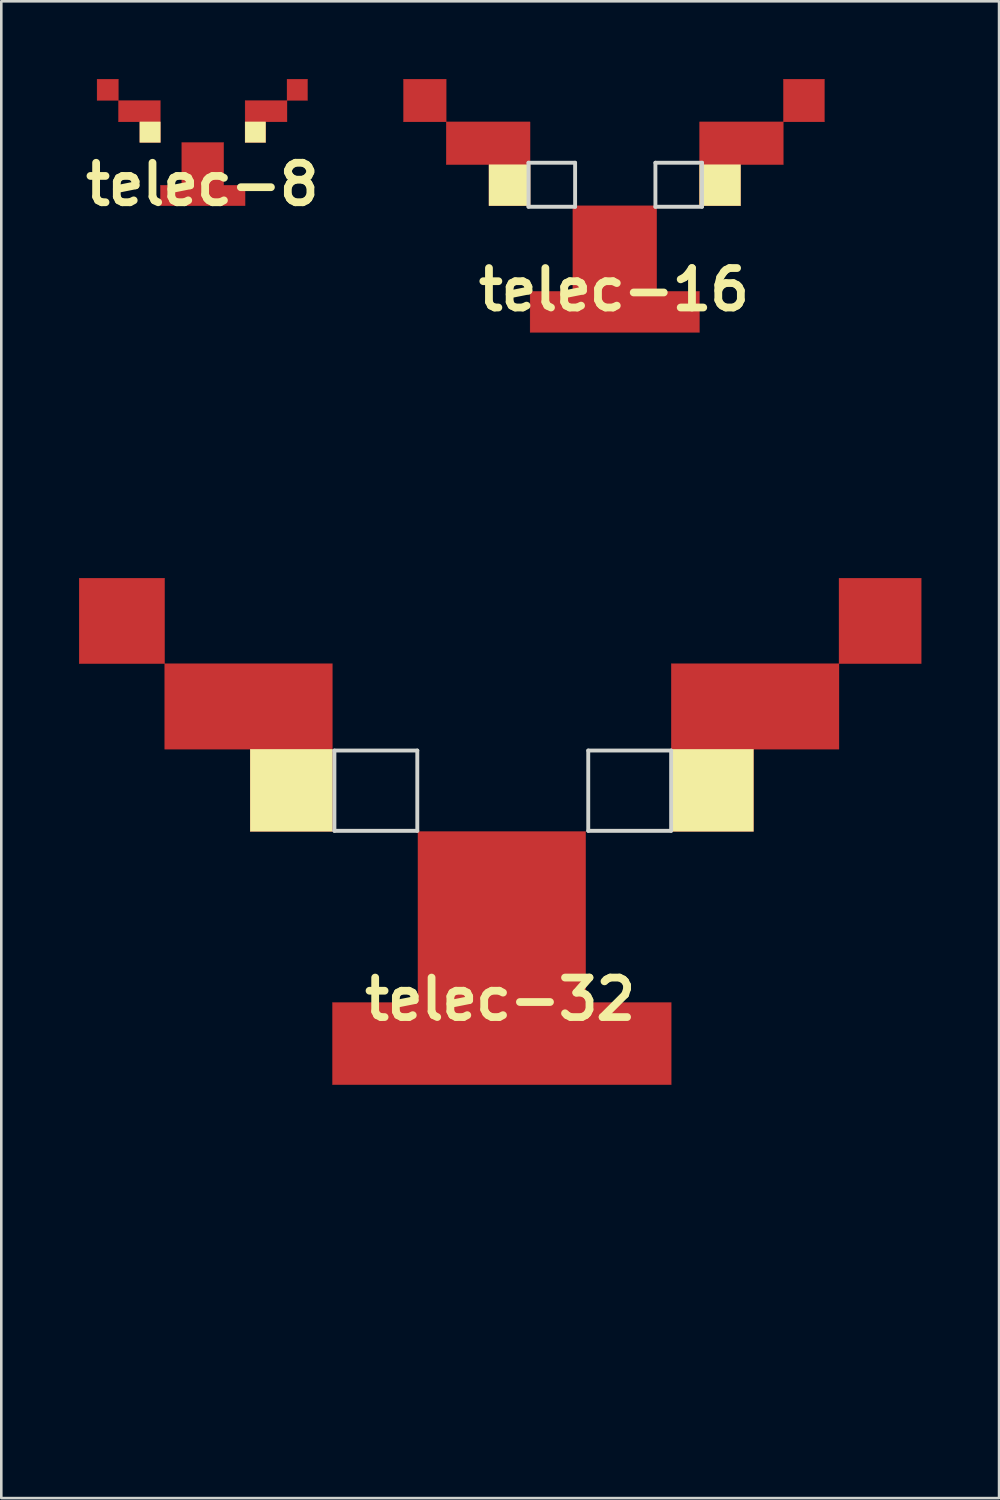
<source format=kicad_pcb>
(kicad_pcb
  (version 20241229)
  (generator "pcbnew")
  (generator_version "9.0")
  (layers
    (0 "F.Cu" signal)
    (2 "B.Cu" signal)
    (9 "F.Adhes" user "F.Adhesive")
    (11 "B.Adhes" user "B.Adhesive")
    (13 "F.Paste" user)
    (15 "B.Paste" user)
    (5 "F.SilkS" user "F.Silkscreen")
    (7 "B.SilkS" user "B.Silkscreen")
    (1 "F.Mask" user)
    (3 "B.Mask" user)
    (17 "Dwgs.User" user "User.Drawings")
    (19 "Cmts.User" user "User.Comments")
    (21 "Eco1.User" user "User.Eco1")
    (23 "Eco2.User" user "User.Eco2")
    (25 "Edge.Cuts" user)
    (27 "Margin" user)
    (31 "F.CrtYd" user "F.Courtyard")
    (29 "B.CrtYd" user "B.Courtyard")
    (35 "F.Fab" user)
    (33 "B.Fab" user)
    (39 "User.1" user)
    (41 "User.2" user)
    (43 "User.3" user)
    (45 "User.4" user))
  (footprint "telec-16"
    (layer "F.Cu")
    (at 20.654 8.133)
    (property "Reference" "telec-16" (at 0 0 0) (layer "F.SilkS") (effects (font (size 1.524 1.524) (thickness 0.3))))
    (attr through_hole)
    (fp_poly (pts (xy -8.128 -6.477) (xy -8.128 -8.128) (xy -6.477 -8.128) (xy -6.477 -6.477) (xy -8.128 -6.477)) (stroke (width 0.01) (type solid)) (fill yes) (layer "F.Cu"))
    (fp_poly (pts (xy 6.54 -8.128) (xy 8.128 -8.128) (xy 8.128 -6.477) (xy 6.54 -6.477) (xy 6.54 -8.128)) (stroke (width 0.01) (type solid)) (fill yes) (layer "F.Cu"))
    (fp_poly (pts (xy -3.239 -6.477) (xy -3.239 -3.239) (xy -4.826 -3.239) (xy -4.826 -4.826) (xy -6.477 -4.826) (xy -6.477 -6.477) (xy -3.239 -6.477)) (stroke (width 0.01) (type solid)) (fill yes) (layer "F.Cu"))
    (fp_poly (pts (xy 6.54 -4.826) (xy 4.889 -4.826) (xy 4.889 -3.239) (xy 3.302 -3.239) (xy 3.302 -6.477) (xy 6.54 -6.477) (xy 6.54 -4.826)) (stroke (width 0.01) (type solid)) (fill yes) (layer "F.Cu"))
    (fp_poly (pts (xy 1.651 0.064) (xy 3.302 0.064) (xy 3.302 1.651) (xy -3.239 1.651) (xy -3.239 0.064) (xy -1.587 0.064) (xy -1.587 -3.239) (xy 1.651 -3.239) (xy 1.651 0.064)) (stroke (width 0.01) (type solid)) (fill yes) (layer "F.Cu"))
    (fp_poly (pts (xy 8.128 8.128) (xy -8.128 8.128) (xy -8.128 4.889) (xy -6.477 4.889) (xy -6.477 6.54) (xy -4.826 6.54) (xy -4.826 4.889) (xy -6.477 4.889) (xy -8.128 4.889) (xy -8.128 3.302) (xy -4.826 3.302) (xy -4.826 4.889) (xy 4.889 4.889) (xy 4.889 6.54) (xy 6.54 6.54) (xy 6.54 4.889) (xy 4.889 4.889) (xy 4.889 3.302) (xy -4.826 3.302) (xy -8.128 3.302) (xy -8.128 0.064) (xy -3.239 0.064) (xy -3.239 1.651) (xy 3.302 1.651) (xy 3.302 0.064) (xy 1.651 0.064) (xy 1.651 -3.239) (xy -1.587 -3.239) (xy -1.587 0.064) (xy -3.239 0.064) (xy -8.128 0.064) (xy -8.128 -4.826) (xy -4.826 -4.826) (xy -4.826 -3.239) (xy -1.587 -3.239) (xy -1.587 -4.826) (xy 1.651 -4.826) (xy 1.651 -3.239) (xy 4.889 -3.239) (xy 4.889 -4.826) (xy 1.651 -4.826) (xy -1.587 -4.826) (xy -4.826 -4.826) (xy -8.128 -4.826) (xy -8.128 -8.128) (xy 8.128 -8.128) (xy 8.128 8.128)) (stroke (width 0.01) (type solid)) (fill yes) (layer "F.Mask"))
    (fp_poly (pts (xy -3.239 -3.239) (xy -4.826 -3.239) (xy -4.826 -4.826) (xy -3.239 -4.826) (xy -3.239 -3.239)) (stroke (width 0.01) (type solid)) (fill yes) (layer "F.SilkS"))
    (fp_poly (pts (xy 4.889 -3.239) (xy 3.302 -3.239) (xy 3.302 -4.826) (xy 4.889 -4.826) (xy 4.889 -3.239)) (stroke (width 0.01) (type solid)) (fill yes) (layer "F.SilkS"))
    (fp_line (start -3.3 -4.9) (end -3.3 -3.2) (stroke (width 0.15) (type solid)) (layer "Edge.Cuts"))
    (fp_line (start -3.3 -4.9) (end -1.5 -4.9) (stroke (width 0.15) (type solid)) (layer "Edge.Cuts"))
    (fp_line (start -3.3 -3.2) (end -1.5 -3.2) (stroke (width 0.15) (type solid)) (layer "Edge.Cuts"))
    (fp_line (start -1.5 -4.9) (end -1.5 -3.2) (stroke (width 0.15) (type solid)) (layer "Edge.Cuts"))
    (fp_line (start 1.6 -4.9) (end 1.6 -3.2) (stroke (width 0.15) (type solid)) (layer "Edge.Cuts"))
    (fp_line (start 1.6 -4.9) (end 3.4 -4.9) (stroke (width 0.15) (type solid)) (layer "Edge.Cuts"))
    (fp_line (start 1.6 -3.2) (end 3.4 -3.2) (stroke (width 0.15) (type solid)) (layer "Edge.Cuts"))
    (fp_line (start 3.4 -4.9) (end 3.4 -3.2) (stroke (width 0.15) (type solid)) (layer "Edge.Cuts")))
  (footprint "telec-8"
    (layer "F.Cu")
    (at 4.761 4.069)
    (property "Reference" "telec-8" (at 0 0 0) (layer "F.SilkS") (effects (font (size 1.524 1.524) (thickness 0.3))))
    (attr through_hole)
    (fp_poly (pts (xy -4.064 -3.239) (xy -4.064 -4.064) (xy -3.239 -4.064) (xy -3.239 -3.239) (xy -4.064 -3.239)) (stroke (width 0.01) (type solid)) (fill yes) (layer "F.Cu"))
    (fp_poly (pts (xy 3.27 -4.064) (xy 4.064 -4.064) (xy 4.064 -3.239) (xy 3.27 -3.239) (xy 3.27 -4.064)) (stroke (width 0.01) (type solid)) (fill yes) (layer "F.Cu"))
    (fp_poly (pts (xy -1.619 -3.239) (xy -1.619 -1.619) (xy -2.413 -1.619) (xy -2.413 -2.413) (xy -3.239 -2.413) (xy -3.239 -3.239) (xy -1.619 -3.239)) (stroke (width 0.01) (type solid)) (fill yes) (layer "F.Cu"))
    (fp_poly (pts (xy 3.27 -2.413) (xy 2.445 -2.413) (xy 2.445 -1.619) (xy 1.651 -1.619) (xy 1.651 -3.239) (xy 3.27 -3.239) (xy 3.27 -2.413)) (stroke (width 0.01) (type solid)) (fill yes) (layer "F.Cu"))
    (fp_poly (pts (xy 0.826 0.032) (xy 1.651 0.032) (xy 1.651 0.826) (xy -1.619 0.826) (xy -1.619 0.032) (xy -0.794 0.032) (xy -0.794 -1.619) (xy 0.826 -1.619) (xy 0.826 0.032)) (stroke (width 0.01) (type solid)) (fill yes) (layer "F.Cu"))
    (fp_poly (pts (xy 4.064 4.064) (xy -4.064 4.064) (xy -4.064 2.445) (xy -3.239 2.445) (xy -3.239 3.27) (xy -2.413 3.27) (xy -2.413 2.445) (xy -3.239 2.445) (xy -4.064 2.445) (xy -4.064 1.651) (xy -2.413 1.651) (xy -2.413 2.445) (xy 2.445 2.445) (xy 2.445 3.27) (xy 3.27 3.27) (xy 3.27 2.445) (xy 2.445 2.445) (xy 2.445 1.651) (xy -2.413 1.651) (xy -4.064 1.651) (xy -4.064 0.032) (xy -1.619 0.032) (xy -1.619 0.826) (xy 1.651 0.826) (xy 1.651 0.032) (xy 0.826 0.032) (xy 0.826 -1.619) (xy -0.794 -1.619) (xy -0.794 0.032) (xy -1.619 0.032) (xy -4.064 0.032) (xy -4.064 -2.413) (xy -2.413 -2.413) (xy -2.413 -1.619) (xy -0.794 -1.619) (xy -0.794 -2.413) (xy 0.826 -2.413) (xy 0.826 -1.619) (xy 2.445 -1.619) (xy 2.445 -2.413) (xy 0.826 -2.413) (xy -0.794 -2.413) (xy -2.413 -2.413) (xy -4.064 -2.413) (xy -4.064 -4.064) (xy 4.064 -4.064) (xy 4.064 4.064)) (stroke (width 0.01) (type solid)) (fill yes) (layer "F.Mask"))
    (fp_poly (pts (xy -1.619 -1.619) (xy -2.413 -1.619) (xy -2.413 -2.413) (xy -1.619 -2.413) (xy -1.619 -1.619)) (stroke (width 0.01) (type solid)) (fill yes) (layer "F.SilkS"))
    (fp_poly (pts (xy 2.445 -1.619) (xy 1.651 -1.619) (xy 1.651 -2.413) (xy 2.445 -2.413) (xy 2.445 -1.619)) (stroke (width 0.01) (type solid)) (fill yes) (layer "F.SilkS")))
  (footprint "telec-32"
    (layer "F.Cu")
    (at 16.261 35.527)
    (property "Reference" "telec-32" (at 0 0 0) (layer "F.SilkS") (effects (font (size 1.524 1.524) (thickness 0.3))))
    (attr through_hole)
    (fp_poly (pts (xy -16.256 -12.954) (xy -16.256 -16.256) (xy -12.954 -16.256) (xy -12.954 -12.954) (xy -16.256 -12.954)) (stroke (width 0.01) (type solid)) (fill yes) (layer "F.Cu"))
    (fp_poly (pts (xy 13.081 -16.256) (xy 16.256 -16.256) (xy 16.256 -12.954) (xy 13.081 -12.954) (xy 13.081 -16.256)) (stroke (width 0.01) (type solid)) (fill yes) (layer "F.Cu"))
    (fp_poly (pts (xy -6.477 -12.954) (xy -6.477 -6.477) (xy -9.652 -6.477) (xy -9.652 -9.652) (xy -12.954 -9.652) (xy -12.954 -12.954) (xy -6.477 -12.954)) (stroke (width 0.01) (type solid)) (fill yes) (layer "F.Cu"))
    (fp_poly (pts (xy 13.081 -9.652) (xy 9.779 -9.652) (xy 9.779 -6.477) (xy 6.604 -6.477) (xy 6.604 -12.954) (xy 13.081 -12.954) (xy 13.081 -9.652)) (stroke (width 0.01) (type solid)) (fill yes) (layer "F.Cu"))
    (fp_poly (pts (xy 3.302 0.127) (xy 6.604 0.127) (xy 6.604 3.302) (xy -6.477 3.302) (xy -6.477 0.127) (xy -3.175 0.127) (xy -3.175 -6.477) (xy 3.302 -6.477) (xy 3.302 0.127)) (stroke (width 0.01) (type solid)) (fill yes) (layer "F.Cu"))
    (fp_poly (pts (xy 16.256 16.256) (xy -16.256 16.256) (xy -16.256 9.779) (xy -12.954 9.779) (xy -12.954 13.081) (xy -9.652 13.081) (xy -9.652 9.779) (xy -12.954 9.779) (xy -16.256 9.779) (xy -16.256 6.604) (xy -9.652 6.604) (xy -9.652 9.779) (xy 9.779 9.779) (xy 9.779 13.081) (xy 13.081 13.081) (xy 13.081 9.779) (xy 9.779 9.779) (xy 9.779 6.604) (xy -9.652 6.604) (xy -16.256 6.604) (xy -16.256 0.127) (xy -6.477 0.127) (xy -6.477 3.302) (xy 6.604 3.302) (xy 6.604 0.127) (xy 3.302 0.127) (xy 3.302 -6.477) (xy -3.175 -6.477) (xy -3.175 0.127) (xy -6.477 0.127) (xy -16.256 0.127) (xy -16.256 -9.652) (xy -9.652 -9.652) (xy -9.652 -6.477) (xy -3.175 -6.477) (xy -3.175 -9.652) (xy 3.302 -9.652) (xy 3.302 -6.477) (xy 9.779 -6.477) (xy 9.779 -9.652) (xy 3.302 -9.652) (xy -3.175 -9.652) (xy -9.652 -9.652) (xy -16.256 -9.652) (xy -16.256 -16.256) (xy 16.256 -16.256) (xy 16.256 16.256)) (stroke (width 0.01) (type solid)) (fill yes) (layer "F.Mask"))
    (fp_poly (pts (xy 16.256 16.256) (xy -16.256 16.256) (xy -16.256 -16.256) (xy 16.256 -16.256)) (stroke (width 0.01) (type solid)) (fill yes) (layer "B.Mask"))
    (fp_poly (pts (xy -6.477 -6.477) (xy -9.652 -6.477) (xy -9.652 -9.652) (xy -6.477 -9.652) (xy -6.477 -6.477)) (stroke (width 0.01) (type solid)) (fill yes) (layer "F.SilkS"))
    (fp_poly (pts (xy 9.779 -6.477) (xy 6.604 -6.477) (xy 6.604 -9.652) (xy 9.779 -9.652) (xy 9.779 -6.477)) (stroke (width 0.01) (type solid)) (fill yes) (layer "F.SilkS"))
    (fp_line (start -6.4 -9.6) (end -3.2 -9.6) (stroke (width 0.15) (type solid)) (layer "Edge.Cuts"))
    (fp_line (start -6.4 -6.5) (end -6.4 -9.6) (stroke (width 0.15) (type solid)) (layer "Edge.Cuts"))
    (fp_line (start -3.2 -9.6) (end -3.2 -6.5) (stroke (width 0.15) (type solid)) (layer "Edge.Cuts"))
    (fp_line (start -3.2 -6.5) (end -6.4 -6.5) (stroke (width 0.15) (type solid)) (layer "Edge.Cuts"))
    (fp_line (start 3.4 -9.6) (end 6.6 -9.6) (stroke (width 0.15) (type solid)) (layer "Edge.Cuts"))
    (fp_line (start 3.4 -6.5) (end 3.4 -9.6) (stroke (width 0.15) (type solid)) (layer "Edge.Cuts"))
    (fp_line (start 6.6 -9.6) (end 6.6 -6.5) (stroke (width 0.15) (type solid)) (layer "Edge.Cuts"))
    (fp_line (start 6.6 -6.5) (end 3.4 -6.5) (stroke (width 0.15) (type solid)) (layer "Edge.Cuts")))
  (gr_rect
    (start -3 -3)
    (end 35.522 54.788)
    (stroke (width 0.1) (type default))
    (fill no)
    (layer "Edge.Cuts")))
</source>
